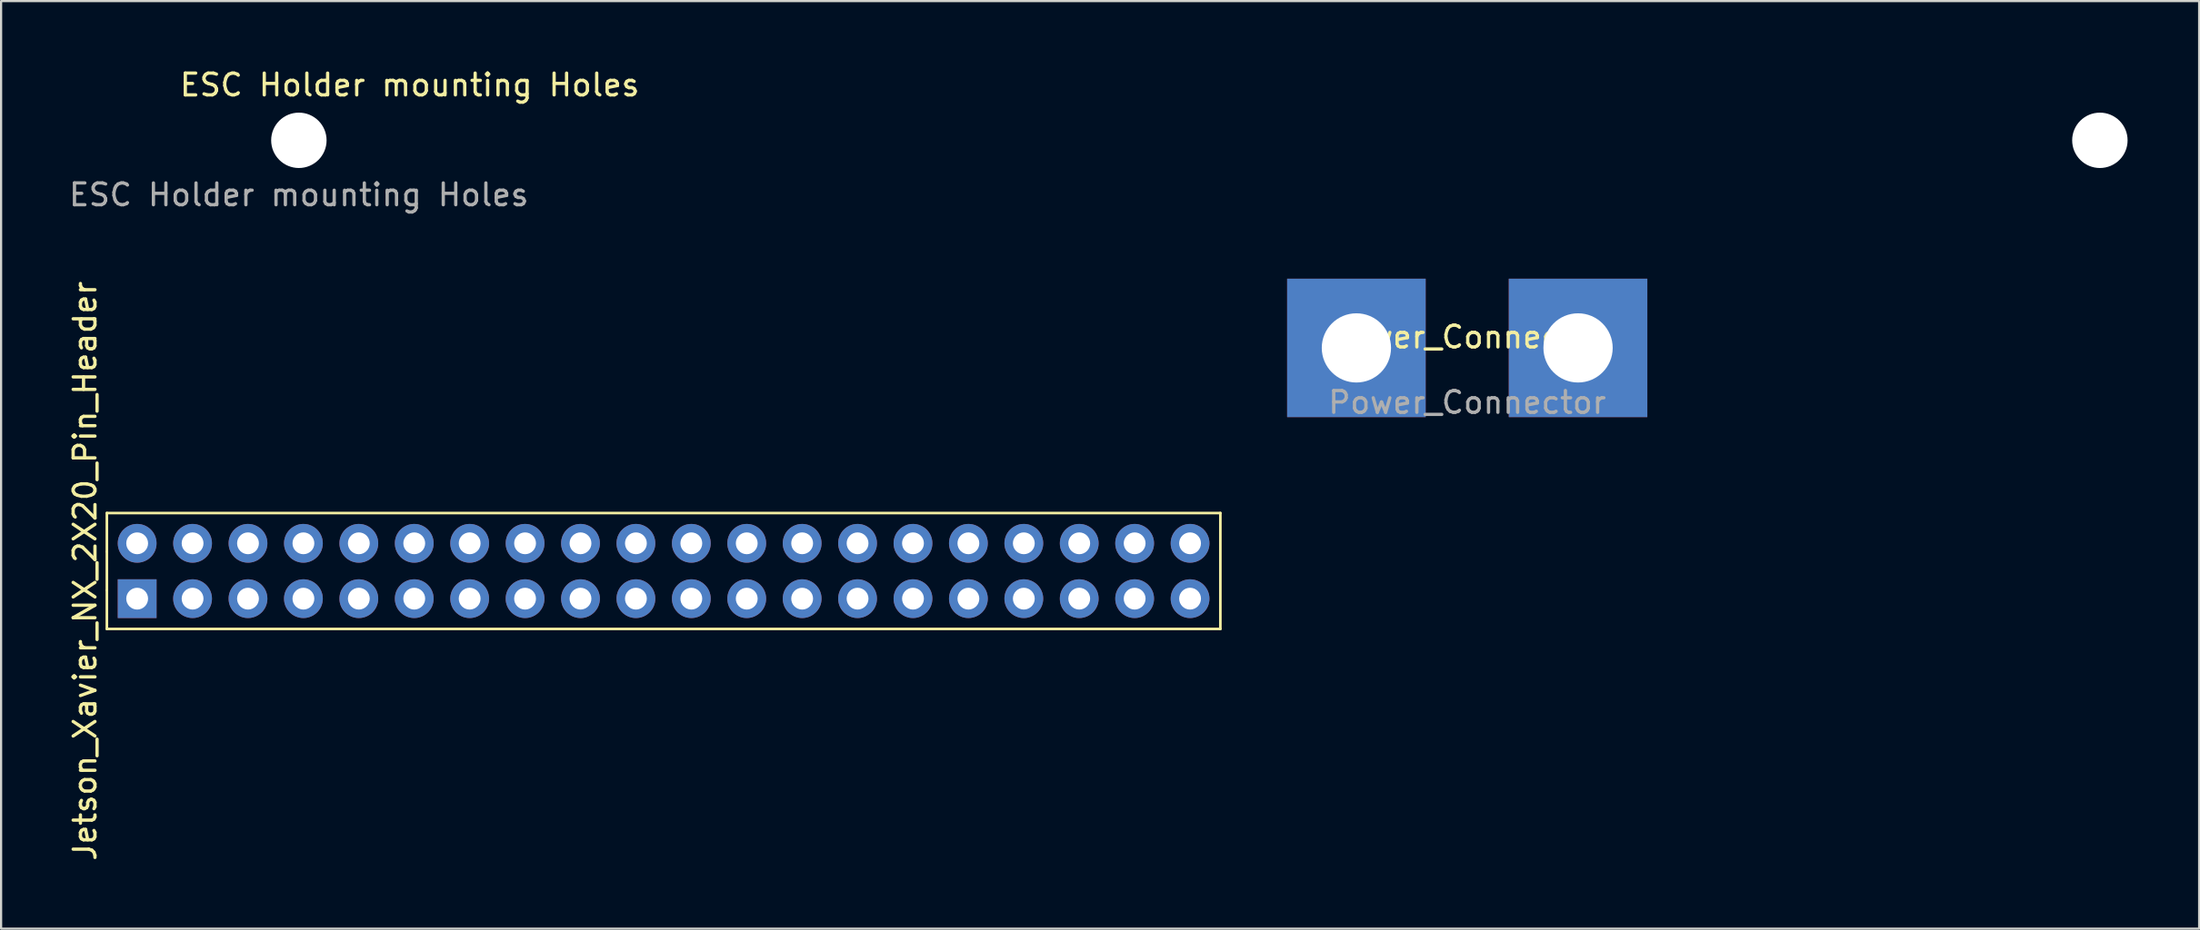
<source format=kicad_pcb>
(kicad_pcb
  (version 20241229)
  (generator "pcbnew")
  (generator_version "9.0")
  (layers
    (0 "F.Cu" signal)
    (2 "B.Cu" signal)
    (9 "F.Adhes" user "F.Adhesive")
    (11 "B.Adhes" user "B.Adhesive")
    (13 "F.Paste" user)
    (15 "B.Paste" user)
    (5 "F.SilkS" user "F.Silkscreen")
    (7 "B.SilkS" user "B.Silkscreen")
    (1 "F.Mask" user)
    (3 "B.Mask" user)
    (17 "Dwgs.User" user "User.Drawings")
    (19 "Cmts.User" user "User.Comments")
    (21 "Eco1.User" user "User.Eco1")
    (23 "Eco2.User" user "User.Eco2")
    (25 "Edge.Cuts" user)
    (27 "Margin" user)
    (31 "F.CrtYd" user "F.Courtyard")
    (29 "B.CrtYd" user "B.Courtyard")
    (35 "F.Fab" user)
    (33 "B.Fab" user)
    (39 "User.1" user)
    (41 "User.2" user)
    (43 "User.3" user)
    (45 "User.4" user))
  (footprint "ESC Holder mounting Holes"
    (layer "F.Cu")
    (at 10.649 3.388)
    (property "Reference" "ESC Holder mounting Holes" (at 5.08 -2.54 0) (unlocked yes) (layer "F.SilkS") (effects (font (size 1 1) (thickness 0.15))))
    (attr smd)
    (fp_text user "${REFERENCE}" (at 0 2.5 0) (unlocked yes) (layer "F.Fab") (effects (font (size 1 1) (thickness 0.15))))
    (pad "" np_thru_hole circle (at 0 0 90) (size 2.54 2.54) (drill 3.1) (layers "*.Cu" "*.Mask"))
    (pad "" np_thru_hole circle (at 82.55 0 90) (size 2.54 2.54) (drill 3.1) (layers "*.Cu" "*.Mask")))
  (footprint "Jetson_Xavier_NX_2X20_Pin_Header"
    (layer "F.Cu")
    (at 27.367 23.147)
    (property "Reference" "Jetson_Xavier_NX_2X20_Pin_Header" (at -26.519 0 90) (layer "F.SilkS") (effects (font (size 1 1) (thickness 0.15))))
    (fp_line (start -25.519 -2.659) (end -25.519 -0.886) (stroke (width 0.12) (type solid)) (layer "F.SilkS"))
    (fp_line (start -25.519 -0.886) (end -25.519 0.886) (stroke (width 0.12) (type solid)) (layer "F.SilkS"))
    (fp_line (start -25.519 0.886) (end -25.519 2.659) (stroke (width 0.12) (type solid)) (layer "F.SilkS"))
    (fp_line (start -25.519 2.659) (end 25.519 2.659) (stroke (width 0.12) (type solid)) (layer "F.SilkS"))
    (fp_line (start 25.519 -2.659) (end -25.519 -2.659) (stroke (width 0.12) (type solid)) (layer "F.SilkS"))
    (fp_line (start 25.519 2.659) (end 25.519 -2.659) (stroke (width 0.12) (type solid)) (layer "F.SilkS"))
    (pad "1" thru_hole rect (at -24.13 1.27) (size 1.778 1.778) (drill 1) (layers "*.Cu" "*.Mask"))
    (pad "2" thru_hole circle (at -24.13 -1.27) (size 1.778 1.778) (drill 1) (layers "*.Cu" "*.Mask"))
    (pad "3" thru_hole circle (at -21.59 1.27) (size 1.778 1.778) (drill 1) (layers "*.Cu" "*.Mask"))
    (pad "4" thru_hole circle (at -21.59 -1.27) (size 1.778 1.778) (drill 1) (layers "*.Cu" "*.Mask"))
    (pad "5" thru_hole circle (at -19.05 1.27) (size 1.778 1.778) (drill 1) (layers "*.Cu" "*.Mask"))
    (pad "6" thru_hole circle (at -19.05 -1.27) (size 1.778 1.778) (drill 1) (layers "*.Cu" "*.Mask"))
    (pad "7" thru_hole circle (at -16.51 1.27) (size 1.778 1.778) (drill 1) (layers "*.Cu" "*.Mask"))
    (pad "8" thru_hole circle (at -16.51 -1.27) (size 1.778 1.778) (drill 1) (layers "*.Cu" "*.Mask"))
    (pad "9" thru_hole circle (at -13.97 -1.27) (size 1.778 1.778) (drill 1) (layers "*.Cu" "*.Mask"))
    (pad "10" thru_hole circle (at -13.97 1.27) (size 1.778 1.778) (drill 1) (layers "*.Cu" "*.Mask"))
    (pad "11" thru_hole circle (at -11.43 -1.27) (size 1.778 1.778) (drill 1) (layers "*.Cu" "*.Mask"))
    (pad "12" thru_hole circle (at -11.43 1.27) (size 1.778 1.778) (drill 1) (layers "*.Cu" "*.Mask"))
    (pad "13" thru_hole circle (at -8.89 -1.27) (size 1.778 1.778) (drill 1) (layers "*.Cu" "*.Mask"))
    (pad "14" thru_hole circle (at -8.89 1.27) (size 1.778 1.778) (drill 1) (layers "*.Cu" "*.Mask"))
    (pad "15" thru_hole circle (at -6.35 -1.27) (size 1.778 1.778) (drill 1) (layers "*.Cu" "*.Mask"))
    (pad "16" thru_hole circle (at -6.35 1.27) (size 1.778 1.778) (drill 1) (layers "*.Cu" "*.Mask"))
    (pad "17" thru_hole circle (at -3.81 -1.27) (size 1.778 1.778) (drill 1) (layers "*.Cu" "*.Mask"))
    (pad "18" thru_hole circle (at -3.81 1.27) (size 1.778 1.778) (drill 1) (layers "*.Cu" "*.Mask"))
    (pad "19" thru_hole circle (at -1.27 -1.27) (size 1.778 1.778) (drill 1) (layers "*.Cu" "*.Mask"))
    (pad "20" thru_hole circle (at -1.27 1.27) (size 1.778 1.778) (drill 1) (layers "*.Cu" "*.Mask"))
    (pad "21" thru_hole circle (at 1.27 -1.27) (size 1.778 1.778) (drill 1) (layers "*.Cu" "*.Mask"))
    (pad "22" thru_hole circle (at 1.27 1.27) (size 1.778 1.778) (drill 1) (layers "*.Cu" "*.Mask"))
    (pad "23" thru_hole circle (at 3.81 -1.27) (size 1.778 1.778) (drill 1) (layers "*.Cu" "*.Mask"))
    (pad "24" thru_hole circle (at 3.81 1.27) (size 1.778 1.778) (drill 1) (layers "*.Cu" "*.Mask"))
    (pad "25" thru_hole circle (at 6.35 -1.27) (size 1.778 1.778) (drill 1) (layers "*.Cu" "*.Mask"))
    (pad "26" thru_hole circle (at 6.35 1.27) (size 1.778 1.778) (drill 1) (layers "*.Cu" "*.Mask"))
    (pad "27" thru_hole circle (at 8.89 -1.27) (size 1.778 1.778) (drill 1) (layers "*.Cu" "*.Mask"))
    (pad "28" thru_hole circle (at 8.89 1.27) (size 1.778 1.778) (drill 1) (layers "*.Cu" "*.Mask"))
    (pad "29" thru_hole circle (at 11.43 -1.27) (size 1.778 1.778) (drill 1) (layers "*.Cu" "*.Mask"))
    (pad "30" thru_hole circle (at 11.43 1.27) (size 1.778 1.778) (drill 1) (layers "*.Cu" "*.Mask"))
    (pad "31" thru_hole circle (at 13.97 -1.27) (size 1.778 1.778) (drill 1) (layers "*.Cu" "*.Mask"))
    (pad "32" thru_hole circle (at 13.97 1.27) (size 1.778 1.778) (drill 1) (layers "*.Cu" "*.Mask"))
    (pad "33" thru_hole circle (at 16.51 -1.27) (size 1.778 1.778) (drill 1) (layers "*.Cu" "*.Mask"))
    (pad "34" thru_hole circle (at 16.51 1.27) (size 1.778 1.778) (drill 1) (layers "*.Cu" "*.Mask"))
    (pad "35" thru_hole circle (at 19.05 -1.27) (size 1.778 1.778) (drill 1) (layers "*.Cu" "*.Mask"))
    (pad "36" thru_hole circle (at 19.05 1.27) (size 1.778 1.778) (drill 1) (layers "*.Cu" "*.Mask"))
    (pad "37" thru_hole circle (at 21.59 -1.27) (size 1.778 1.778) (drill 1) (layers "*.Cu" "*.Mask"))
    (pad "38" thru_hole circle (at 21.59 1.27) (size 1.778 1.778) (drill 1) (layers "*.Cu" "*.Mask"))
    (pad "39" thru_hole circle (at 24.13 -1.27) (size 1.778 1.778) (drill 1) (layers "*.Cu" "*.Mask"))
    (pad "40" thru_hole circle (at 24.13 1.27) (size 1.778 1.778) (drill 1) (layers "*.Cu" "*.Mask")))
  (footprint "Power_Connector"
    (layer "F.Cu")
    (at 64.201 12.912)
    (property "Reference" "Power_Connector" (at 0 -0.5 0) (unlocked yes) (layer "F.SilkS") (effects (font (size 1 1) (thickness 0.15))))
    (attr through_hole)
    (fp_text user "${REFERENCE}" (at 0 2.5 0) (unlocked yes) (layer "F.Fab") (effects (font (size 1 1) (thickness 0.15))))
    (pad "1" thru_hole rect (at -5.08 0) (size 6.35 6.35) (drill 3.175) (layers "*.Cu" "*.Mask"))
    (pad "1" thru_hole rect (at 5.08 0) (size 6.35 6.35) (drill 3.175) (layers "*.Cu" "*.Mask")))
  (gr_rect
    (start -3 -3)
    (end 97.749 39.558)
    (stroke (width 0.1) (type default))
    (fill no)
    (layer "Edge.Cuts")))
</source>
